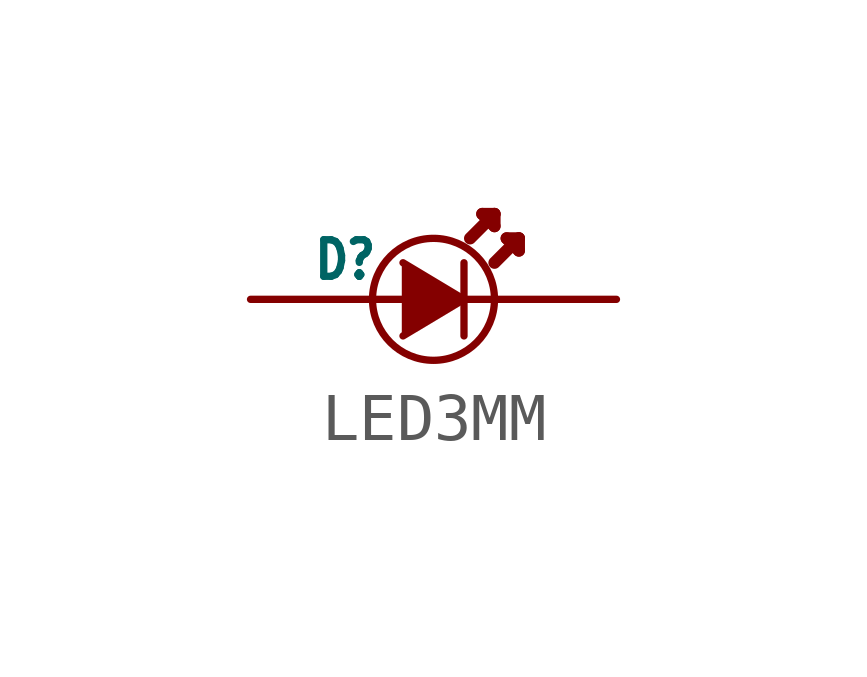
<source format=kicad_sym>
(kicad_symbol_lib
  (version 20211014)
  (generator kicad_symbol_editor)
  (symbol "LED3MM"
    (property "Reference" "D"
      (at -2.54 1.27 0)
      (effects (font (size 0.762 0.648)) (justify left top)))
    (property "ki_locked" ""
      (at 0 0 0)
      (effects (font (size 1.27 1.27))))
    (symbol "LED3MM_1_0"
      (polyline (pts (xy -1.27 0) (xy 0.635 0)) (stroke (width 0.152) (type default) (color 0 0 0 0)) (fill (type none)))
      (polyline (pts (xy -0.635 -0.762) (xy -0.635 0.762)) (stroke (width 0.051) (type default) (color 0 0 0 0)) (fill (type none)))
      (polyline (pts (xy -0.635 0.762) (xy 0.635 0)) (stroke (width 0.051) (type default) (color 0 0 0 0)) (fill (type none)))
      (polyline (pts (xy 0.635 0) (xy -0.635 -0.762)) (stroke (width 0.051) (type default) (color 0 0 0 0)) (fill (type none)))
      (polyline (pts (xy 0.635 0) (xy 0.635 -0.762)) (stroke (width 0.152) (type default) (color 0 0 0 0)) (fill (type none)))
      (polyline (pts (xy 0.635 0) (xy 1.27 0)) (stroke (width 0.152) (type default) (color 0 0 0 0)) (fill (type none)))
      (polyline (pts (xy 0.635 0.762) (xy 0.635 0)) (stroke (width 0.152) (type default) (color 0 0 0 0)) (fill (type none)))
      (polyline (pts (xy 0.762 1.27) (xy 1.27 1.778)) (stroke (width 0.254) (type default) (color 0 0 0 0)) (fill (type none)))
      (polyline (pts (xy 1.016 1.778) (xy 1.27 1.524)) (stroke (width 0.254) (type default) (color 0 0 0 0)) (fill (type none)))
      (polyline (pts (xy 1.27 0.762) (xy 1.778 1.27)) (stroke (width 0.254) (type default) (color 0 0 0 0)) (fill (type none)))
      (polyline (pts (xy 1.27 1.524) (xy 1.27 1.778)) (stroke (width 0.254) (type default) (color 0 0 0 0)) (fill (type none)))
      (polyline (pts (xy 1.27 1.778) (xy 1.016 1.778)) (stroke (width 0.254) (type default) (color 0 0 0 0)) (fill (type none)))
      (polyline (pts (xy 1.524 1.27) (xy 1.778 1.016)) (stroke (width 0.254) (type default) (color 0 0 0 0)) (fill (type none)))
      (polyline (pts (xy 1.778 1.016) (xy 1.778 1.27)) (stroke (width 0.254) (type default) (color 0 0 0 0)) (fill (type none)))
      (polyline (pts (xy 1.778 1.27) (xy 1.524 1.27)) (stroke (width 0.254) (type default) (color 0 0 0 0)) (fill (type none)))
      (polyline (pts (xy -0.635 0.762) (xy 0.635 0) (xy -0.635 -0.762)) (stroke (width 0) (type default) (color 0 0 0 0)) (fill (type outline)))
      (circle (center 0 0) (radius 1.27) (stroke (width 0.152) (type default) (color 0 0 0 0)) (fill (type none)))
      (pin passive line (at 3.81 0 180) (length 2.54) (name "K" (effects (font (size 0 0)))) (number "1" (effects (font (size 0 0)))))
      (pin passive line (at -3.81 0 0) (length 2.54) (name "A" (effects (font (size 0 0)))) (number "2" (effects (font (size 0 0))))))))
</source>
